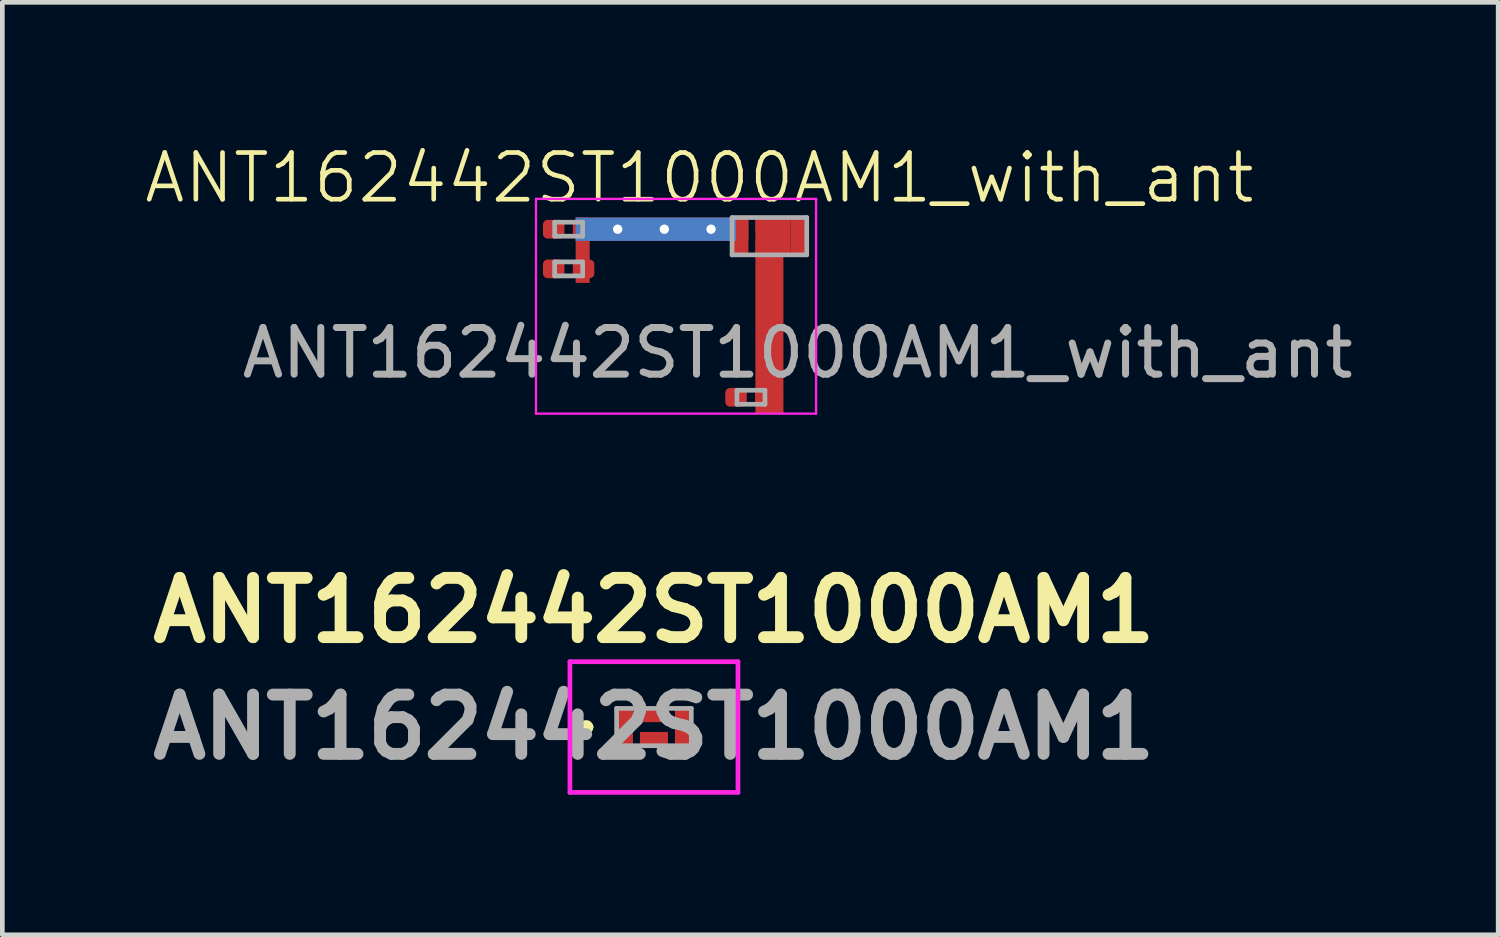
<source format=kicad_pcb>
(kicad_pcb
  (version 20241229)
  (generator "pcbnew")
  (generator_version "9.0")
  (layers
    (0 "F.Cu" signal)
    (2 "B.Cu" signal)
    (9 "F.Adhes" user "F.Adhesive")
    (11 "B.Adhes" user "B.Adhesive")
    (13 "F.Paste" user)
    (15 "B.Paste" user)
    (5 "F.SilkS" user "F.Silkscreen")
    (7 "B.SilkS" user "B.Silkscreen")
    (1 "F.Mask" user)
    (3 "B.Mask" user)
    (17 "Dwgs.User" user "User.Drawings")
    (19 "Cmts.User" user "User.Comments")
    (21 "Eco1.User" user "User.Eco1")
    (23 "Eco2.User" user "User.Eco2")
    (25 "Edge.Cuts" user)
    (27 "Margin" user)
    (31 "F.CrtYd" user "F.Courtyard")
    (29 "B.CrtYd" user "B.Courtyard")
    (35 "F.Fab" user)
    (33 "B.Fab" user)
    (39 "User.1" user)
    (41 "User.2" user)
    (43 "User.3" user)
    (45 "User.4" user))
  (footprint "ANT162442ST1000AM1"
    (layer "F.Cu")
    (at 10.958 12.524)
    (property "Reference" "ANT162442ST1000AM1" (at 0 -2.5 0) (layer "F.SilkS") (effects (font (size 1.27 1.27) (thickness 0.254))))
    (attr smd)
    (fp_line (start -1.5 0) (end -1.5 0) (stroke (width 0.2) (type solid)) (layer "F.SilkS"))
    (fp_line (start -1.5 0) (end -1.5 0) (stroke (width 0.2) (type solid)) (layer "F.SilkS"))
    (fp_line (start -1.4 0) (end -1.4 0) (stroke (width 0.2) (type solid)) (layer "F.SilkS"))
    (fp_arc (start -1.5 0) (mid -1.45 -0.05) (end -1.4 0) (stroke (width 0.2) (type solid)) (layer "F.SilkS"))
    (fp_arc (start -1.4 0) (mid -1.45 0.05) (end -1.5 0) (stroke (width 0.2) (type solid)) (layer "F.SilkS"))
    (fp_arc (start -1.4 0) (mid -1.45 0.05) (end -1.5 0) (stroke (width 0.2) (type solid)) (layer "F.SilkS"))
    (fp_line (start -1.8 -1.4) (end -1.8 1.4) (stroke (width 0.1) (type solid)) (layer "F.CrtYd"))
    (fp_line (start -1.8 1.4) (end 1.8 1.4) (stroke (width 0.1) (type solid)) (layer "F.CrtYd"))
    (fp_line (start 1.8 -1.4) (end -1.8 -1.4) (stroke (width 0.1) (type solid)) (layer "F.CrtYd"))
    (fp_line (start 1.8 1.4) (end 1.8 -1.4) (stroke (width 0.1) (type solid)) (layer "F.CrtYd"))
    (fp_line (start -0.8 -0.4) (end 0.8 -0.4) (stroke (width 0.1) (type solid)) (layer "F.Fab"))
    (fp_line (start -0.8 0.4) (end -0.8 -0.4) (stroke (width 0.1) (type solid)) (layer "F.Fab"))
    (fp_line (start 0.8 -0.4) (end 0.8 0.4) (stroke (width 0.1) (type solid)) (layer "F.Fab"))
    (fp_line (start 0.8 0.4) (end -0.8 0.4) (stroke (width 0.1) (type solid)) (layer "F.Fab"))
    (fp_text user "${REFERENCE}" (at 0 0 0) (layer "F.Fab") (effects (font (size 1.27 1.27) (thickness 0.254))))
    (pad "1" smd rect (at -0.625 0) (size 0.35 0.8) (layers "F.Cu" "F.Mask" "F.Paste"))
    (pad "2" smd rect (at 0 0.235 90) (size 0.26 0.6) (layers "F.Cu" "F.Mask" "F.Paste"))
    (pad "4" smd rect (at 0.625 0) (size 0.35 0.8) (layers "F.Cu" "F.Mask" "F.Paste"))
    (pad "5" smd rect (at 0 -0.235 90) (size 0.26 0.6) (layers "F.Cu" "F.Mask" "F.Paste")))
  (footprint "ANT162442ST1000AM1_with_ant"
    (layer "F.Cu")
    (at 13.431 2.01)
    (property "Reference" "ANT162442ST1000AM1_with_ant" (at -1.5 -1.25 0) (unlocked yes) (layer "F.SilkS") (effects (font (size 1 1) (thickness 0.1))))
    (fp_rect (start -4.15 -0.4) (end -3.85 1) (stroke (width 0) (type solid)) (fill yes) (layer "F.Cu"))
    (fp_rect (start -4.15 -0.4) (end -0.45 0.1) (stroke (width 0) (type solid)) (fill yes) (layer "F.Cu"))
    (fp_poly (pts (xy 0.45 -0.4) (xy 0.45 0.4) (xy 0.3 0.4) (xy 0.3 3.4) (xy -0.3 3.4) (xy -0.3 -0.4)) (stroke (width 0) (type solid)) (fill yes) (layer "F.Cu"))
    (fp_rect (start -4.15 -0.4) (end -0.715 0.1) (stroke (width 0) (type solid)) (fill yes) (layer "B.Cu"))
    (fp_line (start -5 -0.8) (end 1 -0.8) (stroke (width 0.05) (type solid)) (layer "F.CrtYd"))
    (fp_line (start -5 3.8) (end -5 -0.8) (stroke (width 0.05) (type default)) (layer "F.CrtYd"))
    (fp_line (start 1 -0.8) (end 1 3.8) (stroke (width 0.05) (type default)) (layer "F.CrtYd"))
    (fp_line (start 1 3.8) (end -5 3.8) (stroke (width 0.05) (type default)) (layer "F.CrtYd"))
    (fp_line (start -4.6 -0.3) (end -4 -0.3) (stroke (width 0.1) (type solid)) (layer "F.Fab"))
    (fp_line (start -4.6 0) (end -4.6 -0.3) (stroke (width 0.1) (type solid)) (layer "F.Fab"))
    (fp_line (start -4.6 0.55) (end -4 0.55) (stroke (width 0.1) (type solid)) (layer "F.Fab"))
    (fp_line (start -4.6 0.85) (end -4.6 0.55) (stroke (width 0.1) (type solid)) (layer "F.Fab"))
    (fp_line (start -4 -0.3) (end -4 0) (stroke (width 0.1) (type solid)) (layer "F.Fab"))
    (fp_line (start -4 0) (end -4.6 0) (stroke (width 0.1) (type solid)) (layer "F.Fab"))
    (fp_line (start -4 0.55) (end -4 0.85) (stroke (width 0.1) (type solid)) (layer "F.Fab"))
    (fp_line (start -4 0.85) (end -4.6 0.85) (stroke (width 0.1) (type solid)) (layer "F.Fab"))
    (fp_line (start -0.8 -0.4) (end 0.8 -0.4) (stroke (width 0.1) (type solid)) (layer "F.Fab"))
    (fp_line (start -0.8 0.4) (end -0.8 -0.4) (stroke (width 0.1) (type solid)) (layer "F.Fab"))
    (fp_line (start -0.695 3.3) (end -0.095 3.3) (stroke (width 0.1) (type solid)) (layer "F.Fab"))
    (fp_line (start -0.695 3.6) (end -0.695 3.3) (stroke (width 0.1) (type solid)) (layer "F.Fab"))
    (fp_line (start -0.095 3.3) (end -0.095 3.6) (stroke (width 0.1) (type solid)) (layer "F.Fab"))
    (fp_line (start -0.095 3.6) (end -0.695 3.6) (stroke (width 0.1) (type solid)) (layer "F.Fab"))
    (fp_line (start 0.8 -0.4) (end 0.8 0.4) (stroke (width 0.1) (type solid)) (layer "F.Fab"))
    (fp_line (start 0.8 0.4) (end -0.8 0.4) (stroke (width 0.1) (type solid)) (layer "F.Fab"))
    (fp_text user "${REFERENCE}" (at 0.605 2.5 0) (unlocked yes) (layer "F.Fab") (effects (font (size 1 1) (thickness 0.15))))
    (pad "" smd roundrect (at -4.645 -0.15) (size 0.318 0.36) (layers "F.Paste") (roundrect_rratio 0.25))
    (pad "" smd roundrect (at -4.645 0.7) (size 0.318 0.36) (layers "F.Paste") (roundrect_rratio 0.25))
    (pad "" smd roundrect (at -3.98 -0.15) (size 0.46 0.4) (layers "F.Cu" "F.Mask") (roundrect_rratio 0.25))
    (pad "" smd roundrect (at -3.98 0.7) (size 0.46 0.4) (layers "F.Cu" "F.Mask") (roundrect_rratio 0.25))
    (pad "" smd roundrect (at -3.955 -0.15) (size 0.318 0.36) (layers "F.Paste") (roundrect_rratio 0.25))
    (pad "" smd roundrect (at -3.955 0.7) (size 0.318 0.36) (layers "F.Paste") (roundrect_rratio 0.25))
    (pad "" thru_hole circle (at -3.25 -0.15) (size 0.4 0.4) (drill 0.2) (layers "*.Cu" "*.Mask"))
    (pad "" thru_hole circle (at -2.25 -0.15) (size 0.4 0.4) (drill 0.2) (layers "*.Cu" "*.Mask"))
    (pad "" thru_hole circle (at -1.25 -0.15) (size 0.4 0.4) (drill 0.2) (layers "*.Cu" "*.Mask"))
    (pad "" smd roundrect (at -0.74 3.45) (size 0.318 0.36) (layers "F.Paste") (roundrect_rratio 0.25))
    (pad "" smd rect (at -0.625 0) (size 0.35 0.8) (layers "F.Cu" "F.Mask" "F.Paste"))
    (pad "" smd roundrect (at -0.075 3.45) (size 0.46 0.4) (layers "F.Cu" "F.Mask") (roundrect_rratio 0.25))
    (pad "" smd roundrect (at -0.05 3.45) (size 0.318 0.36) (layers "F.Paste") (roundrect_rratio 0.25))
    (pad "" smd rect (at 0 -0.235 90) (size 0.26 0.6) (layers "F.Cu" "F.Mask" "F.Paste"))
    (pad "" smd rect (at 0 0.235 90) (size 0.26 0.6) (layers "F.Cu" "F.Mask" "F.Paste"))
    (pad "1" smd rect (at 0.625 0) (size 0.35 0.8) (layers "F.Cu" "F.Mask" "F.Paste"))
    (pad "2" smd roundrect (at -4.62 -0.15) (size 0.46 0.4) (layers "F.Cu" "F.Mask") (roundrect_rratio 0.25))
    (pad "3" smd roundrect (at -4.62 0.7) (size 0.46 0.4) (layers "F.Cu" "F.Mask") (roundrect_rratio 0.25))
    (pad "4" smd roundrect (at -0.715 3.45) (size 0.46 0.4) (layers "F.Cu" "F.Mask") (roundrect_rratio 0.25))
    (pad "5" smd rect (at 0 3.592 90) (size 0.415 0.6) (layers "F.Cu" "F.Paste"))
    (zone (net_name "") (layers "F.Cu" "B.Cu") (name "antenna keep out area") (hatch edge 0.1) (connect_pads) (min_thickness 0.25) (filled_areas_thickness no) (keepout (tracks allowed) (vias allowed) (pads allowed) (copperpour not_allowed) (footprints allowed)) (placement (enabled no)) (fill) (polygon (pts (xy 9.031 1.361) (xy 14.031 1.361) (xy 14.031 5.011) (xy 9.031 5.011)))))
  (gr_rect
    (start -3 -3)
    (end 29.042 16.974)
    (stroke (width 0.1) (type default))
    (fill no)
    (layer "Edge.Cuts")))
</source>
